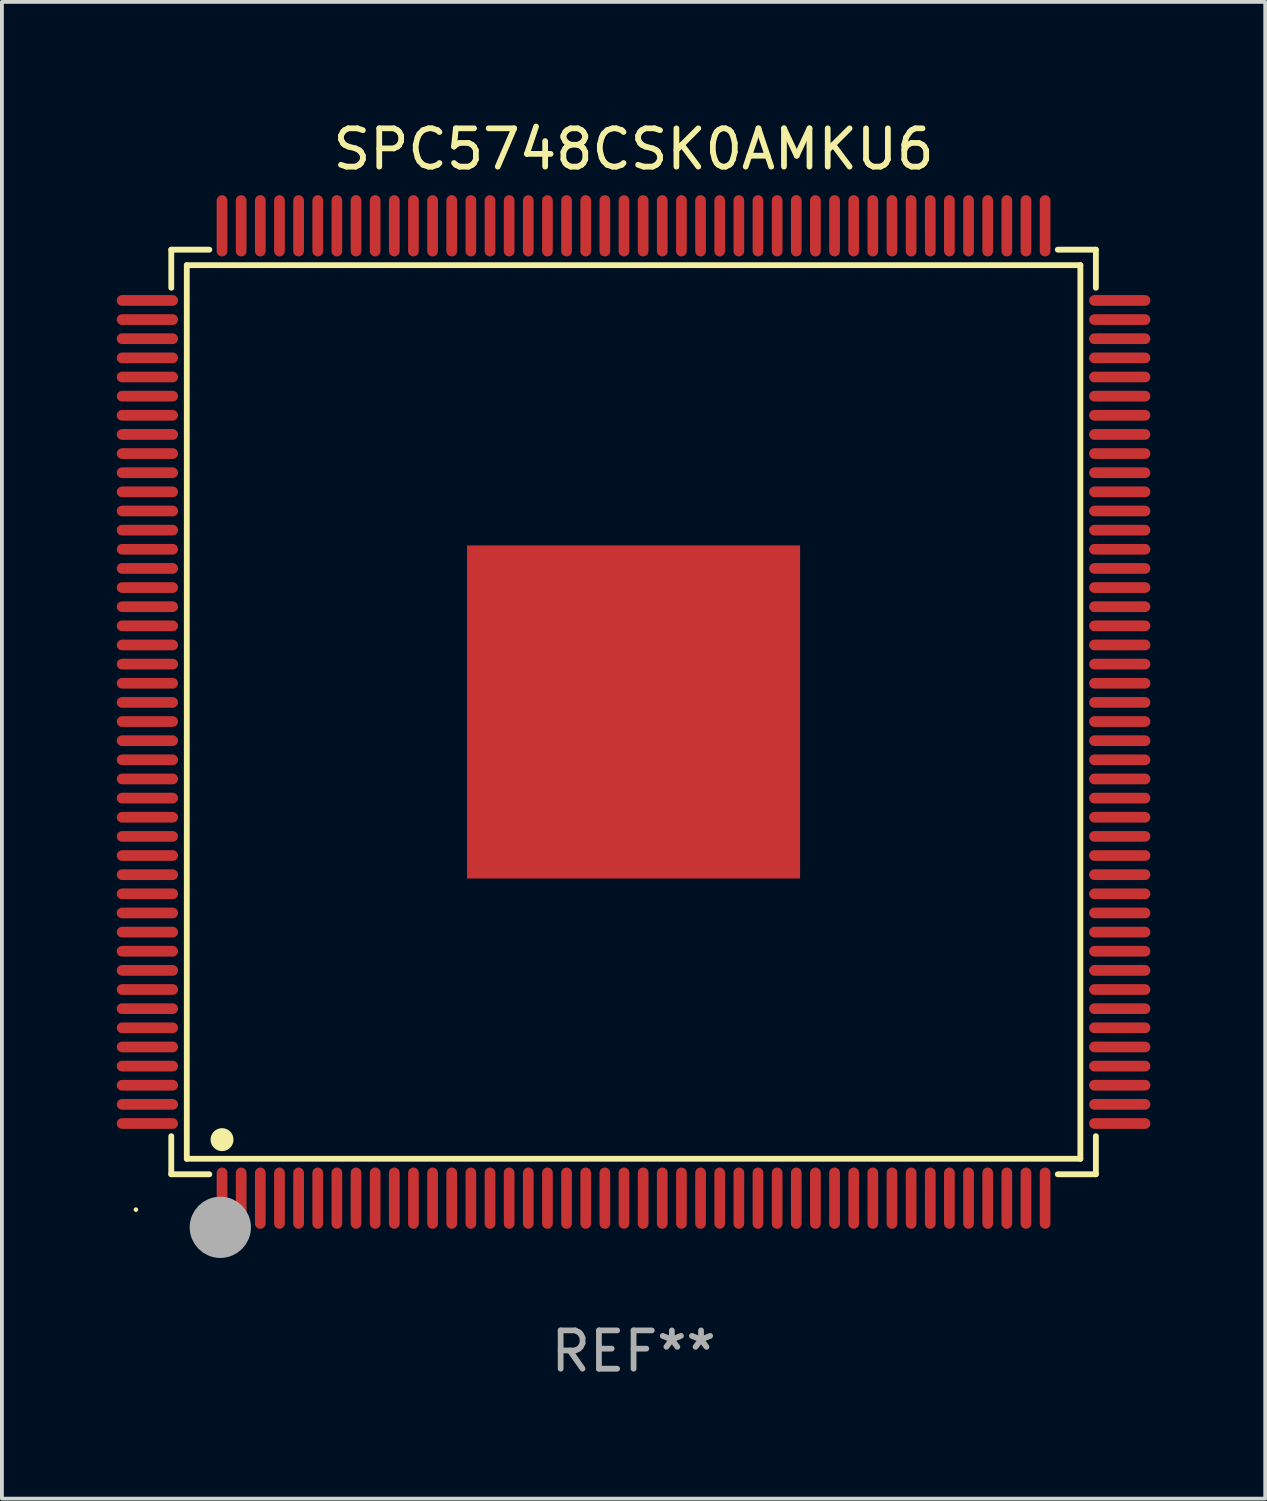
<source format=kicad_pcb>
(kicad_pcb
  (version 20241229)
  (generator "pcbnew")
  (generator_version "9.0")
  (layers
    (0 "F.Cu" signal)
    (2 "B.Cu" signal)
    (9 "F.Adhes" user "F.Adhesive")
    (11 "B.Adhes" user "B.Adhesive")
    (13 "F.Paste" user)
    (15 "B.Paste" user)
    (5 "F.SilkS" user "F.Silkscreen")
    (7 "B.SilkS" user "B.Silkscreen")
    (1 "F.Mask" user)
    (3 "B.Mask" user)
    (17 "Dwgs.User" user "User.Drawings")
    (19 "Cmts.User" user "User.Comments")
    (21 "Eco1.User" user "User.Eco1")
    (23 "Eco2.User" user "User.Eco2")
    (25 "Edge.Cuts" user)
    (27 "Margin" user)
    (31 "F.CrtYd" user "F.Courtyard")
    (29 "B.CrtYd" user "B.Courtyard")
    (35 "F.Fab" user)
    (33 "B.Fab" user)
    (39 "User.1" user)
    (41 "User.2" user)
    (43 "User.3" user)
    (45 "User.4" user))
  (footprint "SPC5748CSK0AMKU6"
    (layer "F.Cu")
    (at 13.5 15.548)
    (property "Reference" "SPC5748CSK0AMKU6" (at 0 -14.7 0) (layer "F.SilkS") (effects (font (size 1 1) (thickness 0.15))))
    (attr through_hole)
    (fp_line (start -12.076 -12.076) (end -11.081 -12.076) (stroke (width 0.152) (type solid)) (layer "F.SilkS"))
    (fp_line (start -12.076 -11.081) (end -12.076 -12.076) (stroke (width 0.152) (type solid)) (layer "F.SilkS"))
    (fp_line (start -12.076 11.081) (end -12.076 12.076) (stroke (width 0.152) (type solid)) (layer "F.SilkS"))
    (fp_line (start -12.076 12.076) (end -11.081 12.076) (stroke (width 0.152) (type solid)) (layer "F.SilkS"))
    (fp_line (start -11.671 -11.671) (end 11.671 -11.671) (stroke (width 0.152) (type solid)) (layer "F.SilkS"))
    (fp_line (start -11.671 11.671) (end -11.671 -11.671) (stroke (width 0.152) (type solid)) (layer "F.SilkS"))
    (fp_line (start 11.671 -11.671) (end 11.671 11.671) (stroke (width 0.152) (type solid)) (layer "F.SilkS"))
    (fp_line (start 11.671 11.671) (end -11.671 11.671) (stroke (width 0.152) (type solid)) (layer "F.SilkS"))
    (fp_line (start 12.076 -12.076) (end 11.081 -12.076) (stroke (width 0.152) (type solid)) (layer "F.SilkS"))
    (fp_line (start 12.076 -11.081) (end 12.076 -12.076) (stroke (width 0.152) (type solid)) (layer "F.SilkS"))
    (fp_line (start 12.076 11.081) (end 12.076 12.076) (stroke (width 0.152) (type solid)) (layer "F.SilkS"))
    (fp_line (start 12.076 12.076) (end 11.081 12.076) (stroke (width 0.152) (type solid)) (layer "F.SilkS"))
    (fp_circle (center -13 13) (end -12.97 13) (stroke (width 0.06) (type solid)) (fill no) (layer "F.SilkS"))
    (fp_circle (center -10.75 11.171) (end -10.6 11.171) (stroke (width 0.3) (type solid)) (fill no) (layer "F.SilkS"))
    (fp_circle (center -10.75 13.8) (end -10.65 13.8) (stroke (width 0.2) (type solid)) (fill no) (layer "F.SilkS"))
    (fp_circle (center -10.795 13.462) (end -10.395 13.462) (stroke (width 0.8) (type solid)) (fill no) (layer "F.Fab"))
    (fp_text user "REF**" (at 0 16.7 0) (layer "F.Fab") (effects (font (size 1 1) (thickness 0.15))))
    (pad "1" smd oval (at -10.75 12.7) (size 0.28 1.6) (layers "F.Cu" "F.Mask" "F.Paste"))
    (pad "2" smd oval (at -10.25 12.7) (size 0.28 1.6) (layers "F.Cu" "F.Mask" "F.Paste"))
    (pad "3" smd oval (at -9.75 12.7) (size 0.28 1.6) (layers "F.Cu" "F.Mask" "F.Paste"))
    (pad "4" smd oval (at -9.25 12.7) (size 0.28 1.6) (layers "F.Cu" "F.Mask" "F.Paste"))
    (pad "5" smd oval (at -8.75 12.7) (size 0.28 1.6) (layers "F.Cu" "F.Mask" "F.Paste"))
    (pad "6" smd oval (at -8.25 12.7) (size 0.28 1.6) (layers "F.Cu" "F.Mask" "F.Paste"))
    (pad "7" smd oval (at -7.75 12.7) (size 0.28 1.6) (layers "F.Cu" "F.Mask" "F.Paste"))
    (pad "8" smd oval (at -7.25 12.7) (size 0.28 1.6) (layers "F.Cu" "F.Mask" "F.Paste"))
    (pad "9" smd oval (at -6.75 12.7) (size 0.28 1.6) (layers "F.Cu" "F.Mask" "F.Paste"))
    (pad "10" smd oval (at -6.25 12.7) (size 0.28 1.6) (layers "F.Cu" "F.Mask" "F.Paste"))
    (pad "11" smd oval (at -5.75 12.7) (size 0.28 1.6) (layers "F.Cu" "F.Mask" "F.Paste"))
    (pad "12" smd oval (at -5.25 12.7) (size 0.28 1.6) (layers "F.Cu" "F.Mask" "F.Paste"))
    (pad "13" smd oval (at -4.75 12.7) (size 0.28 1.6) (layers "F.Cu" "F.Mask" "F.Paste"))
    (pad "14" smd oval (at -4.25 12.7) (size 0.28 1.6) (layers "F.Cu" "F.Mask" "F.Paste"))
    (pad "15" smd oval (at -3.75 12.7) (size 0.28 1.6) (layers "F.Cu" "F.Mask" "F.Paste"))
    (pad "16" smd oval (at -3.25 12.7) (size 0.28 1.6) (layers "F.Cu" "F.Mask" "F.Paste"))
    (pad "17" smd oval (at -2.75 12.7) (size 0.28 1.6) (layers "F.Cu" "F.Mask" "F.Paste"))
    (pad "18" smd oval (at -2.25 12.7) (size 0.28 1.6) (layers "F.Cu" "F.Mask" "F.Paste"))
    (pad "19" smd oval (at -1.75 12.7) (size 0.28 1.6) (layers "F.Cu" "F.Mask" "F.Paste"))
    (pad "20" smd oval (at -1.25 12.7) (size 0.28 1.6) (layers "F.Cu" "F.Mask" "F.Paste"))
    (pad "21" smd oval (at -0.75 12.7) (size 0.28 1.6) (layers "F.Cu" "F.Mask" "F.Paste"))
    (pad "22" smd oval (at -0.25 12.7) (size 0.28 1.6) (layers "F.Cu" "F.Mask" "F.Paste"))
    (pad "23" smd oval (at 0.25 12.7) (size 0.28 1.6) (layers "F.Cu" "F.Mask" "F.Paste"))
    (pad "24" smd oval (at 0.75 12.7) (size 0.28 1.6) (layers "F.Cu" "F.Mask" "F.Paste"))
    (pad "25" smd oval (at 1.25 12.7) (size 0.28 1.6) (layers "F.Cu" "F.Mask" "F.Paste"))
    (pad "26" smd oval (at 1.75 12.7) (size 0.28 1.6) (layers "F.Cu" "F.Mask" "F.Paste"))
    (pad "27" smd oval (at 2.25 12.7) (size 0.28 1.6) (layers "F.Cu" "F.Mask" "F.Paste"))
    (pad "28" smd oval (at 2.75 12.7) (size 0.28 1.6) (layers "F.Cu" "F.Mask" "F.Paste"))
    (pad "29" smd oval (at 3.25 12.7) (size 0.28 1.6) (layers "F.Cu" "F.Mask" "F.Paste"))
    (pad "30" smd oval (at 3.75 12.7) (size 0.28 1.6) (layers "F.Cu" "F.Mask" "F.Paste"))
    (pad "31" smd oval (at 4.25 12.7) (size 0.28 1.6) (layers "F.Cu" "F.Mask" "F.Paste"))
    (pad "32" smd oval (at 4.75 12.7) (size 0.28 1.6) (layers "F.Cu" "F.Mask" "F.Paste"))
    (pad "33" smd oval (at 5.25 12.7) (size 0.28 1.6) (layers "F.Cu" "F.Mask" "F.Paste"))
    (pad "34" smd oval (at 5.75 12.7) (size 0.28 1.6) (layers "F.Cu" "F.Mask" "F.Paste"))
    (pad "35" smd oval (at 6.25 12.7) (size 0.28 1.6) (layers "F.Cu" "F.Mask" "F.Paste"))
    (pad "36" smd oval (at 6.75 12.7) (size 0.28 1.6) (layers "F.Cu" "F.Mask" "F.Paste"))
    (pad "37" smd oval (at 7.25 12.7) (size 0.28 1.6) (layers "F.Cu" "F.Mask" "F.Paste"))
    (pad "38" smd oval (at 7.75 12.7) (size 0.28 1.6) (layers "F.Cu" "F.Mask" "F.Paste"))
    (pad "39" smd oval (at 8.25 12.7) (size 0.28 1.6) (layers "F.Cu" "F.Mask" "F.Paste"))
    (pad "40" smd oval (at 8.75 12.7) (size 0.28 1.6) (layers "F.Cu" "F.Mask" "F.Paste"))
    (pad "41" smd oval (at 9.25 12.7) (size 0.28 1.6) (layers "F.Cu" "F.Mask" "F.Paste"))
    (pad "42" smd oval (at 9.75 12.7) (size 0.28 1.6) (layers "F.Cu" "F.Mask" "F.Paste"))
    (pad "43" smd oval (at 10.25 12.7) (size 0.28 1.6) (layers "F.Cu" "F.Mask" "F.Paste"))
    (pad "44" smd oval (at 10.75 12.7) (size 0.28 1.6) (layers "F.Cu" "F.Mask" "F.Paste"))
    (pad "45" smd oval (at 12.7 10.75) (size 1.6 0.28) (layers "F.Cu" "F.Mask" "F.Paste"))
    (pad "46" smd oval (at 12.7 10.25) (size 1.6 0.28) (layers "F.Cu" "F.Mask" "F.Paste"))
    (pad "47" smd oval (at 12.7 9.75) (size 1.6 0.28) (layers "F.Cu" "F.Mask" "F.Paste"))
    (pad "48" smd oval (at 12.7 9.25) (size 1.6 0.28) (layers "F.Cu" "F.Mask" "F.Paste"))
    (pad "49" smd oval (at 12.7 8.75) (size 1.6 0.28) (layers "F.Cu" "F.Mask" "F.Paste"))
    (pad "50" smd oval (at 12.7 8.25) (size 1.6 0.28) (layers "F.Cu" "F.Mask" "F.Paste"))
    (pad "51" smd oval (at 12.7 7.75) (size 1.6 0.28) (layers "F.Cu" "F.Mask" "F.Paste"))
    (pad "52" smd oval (at 12.7 7.25) (size 1.6 0.28) (layers "F.Cu" "F.Mask" "F.Paste"))
    (pad "53" smd oval (at 12.7 6.75) (size 1.6 0.28) (layers "F.Cu" "F.Mask" "F.Paste"))
    (pad "54" smd oval (at 12.7 6.25) (size 1.6 0.28) (layers "F.Cu" "F.Mask" "F.Paste"))
    (pad "55" smd oval (at 12.7 5.75) (size 1.6 0.28) (layers "F.Cu" "F.Mask" "F.Paste"))
    (pad "56" smd oval (at 12.7 5.25) (size 1.6 0.28) (layers "F.Cu" "F.Mask" "F.Paste"))
    (pad "57" smd oval (at 12.7 4.75) (size 1.6 0.28) (layers "F.Cu" "F.Mask" "F.Paste"))
    (pad "58" smd oval (at 12.7 4.25) (size 1.6 0.28) (layers "F.Cu" "F.Mask" "F.Paste"))
    (pad "59" smd oval (at 12.7 3.75) (size 1.6 0.28) (layers "F.Cu" "F.Mask" "F.Paste"))
    (pad "60" smd oval (at 12.7 3.25) (size 1.6 0.28) (layers "F.Cu" "F.Mask" "F.Paste"))
    (pad "61" smd oval (at 12.7 2.75) (size 1.6 0.28) (layers "F.Cu" "F.Mask" "F.Paste"))
    (pad "62" smd oval (at 12.7 2.25) (size 1.6 0.28) (layers "F.Cu" "F.Mask" "F.Paste"))
    (pad "63" smd oval (at 12.7 1.75) (size 1.6 0.28) (layers "F.Cu" "F.Mask" "F.Paste"))
    (pad "64" smd oval (at 12.7 1.25) (size 1.6 0.28) (layers "F.Cu" "F.Mask" "F.Paste"))
    (pad "65" smd oval (at 12.7 0.75) (size 1.6 0.28) (layers "F.Cu" "F.Mask" "F.Paste"))
    (pad "66" smd oval (at 12.7 0.25) (size 1.6 0.28) (layers "F.Cu" "F.Mask" "F.Paste"))
    (pad "67" smd oval (at 12.7 -0.25) (size 1.6 0.28) (layers "F.Cu" "F.Mask" "F.Paste"))
    (pad "68" smd oval (at 12.7 -0.75) (size 1.6 0.28) (layers "F.Cu" "F.Mask" "F.Paste"))
    (pad "69" smd oval (at 12.7 -1.25) (size 1.6 0.28) (layers "F.Cu" "F.Mask" "F.Paste"))
    (pad "70" smd oval (at 12.7 -1.75) (size 1.6 0.28) (layers "F.Cu" "F.Mask" "F.Paste"))
    (pad "71" smd oval (at 12.7 -2.25) (size 1.6 0.28) (layers "F.Cu" "F.Mask" "F.Paste"))
    (pad "72" smd oval (at 12.7 -2.75) (size 1.6 0.28) (layers "F.Cu" "F.Mask" "F.Paste"))
    (pad "73" smd oval (at 12.7 -3.25) (size 1.6 0.28) (layers "F.Cu" "F.Mask" "F.Paste"))
    (pad "74" smd oval (at 12.7 -3.75) (size 1.6 0.28) (layers "F.Cu" "F.Mask" "F.Paste"))
    (pad "75" smd oval (at 12.7 -4.25) (size 1.6 0.28) (layers "F.Cu" "F.Mask" "F.Paste"))
    (pad "76" smd oval (at 12.7 -4.75) (size 1.6 0.28) (layers "F.Cu" "F.Mask" "F.Paste"))
    (pad "77" smd oval (at 12.7 -5.25) (size 1.6 0.28) (layers "F.Cu" "F.Mask" "F.Paste"))
    (pad "78" smd oval (at 12.7 -5.75) (size 1.6 0.28) (layers "F.Cu" "F.Mask" "F.Paste"))
    (pad "79" smd oval (at 12.7 -6.25) (size 1.6 0.28) (layers "F.Cu" "F.Mask" "F.Paste"))
    (pad "80" smd oval (at 12.7 -6.75) (size 1.6 0.28) (layers "F.Cu" "F.Mask" "F.Paste"))
    (pad "81" smd oval (at 12.7 -7.25) (size 1.6 0.28) (layers "F.Cu" "F.Mask" "F.Paste"))
    (pad "82" smd oval (at 12.7 -7.75) (size 1.6 0.28) (layers "F.Cu" "F.Mask" "F.Paste"))
    (pad "83" smd oval (at 12.7 -8.25) (size 1.6 0.28) (layers "F.Cu" "F.Mask" "F.Paste"))
    (pad "84" smd oval (at 12.7 -8.75) (size 1.6 0.28) (layers "F.Cu" "F.Mask" "F.Paste"))
    (pad "85" smd oval (at 12.7 -9.25) (size 1.6 0.28) (layers "F.Cu" "F.Mask" "F.Paste"))
    (pad "86" smd oval (at 12.7 -9.75) (size 1.6 0.28) (layers "F.Cu" "F.Mask" "F.Paste"))
    (pad "87" smd oval (at 12.7 -10.25) (size 1.6 0.28) (layers "F.Cu" "F.Mask" "F.Paste"))
    (pad "88" smd oval (at 12.7 -10.75) (size 1.6 0.28) (layers "F.Cu" "F.Mask" "F.Paste"))
    (pad "89" smd oval (at 10.75 -12.7) (size 0.28 1.6) (layers "F.Cu" "F.Mask" "F.Paste"))
    (pad "90" smd oval (at 10.25 -12.7) (size 0.28 1.6) (layers "F.Cu" "F.Mask" "F.Paste"))
    (pad "91" smd oval (at 9.75 -12.7) (size 0.28 1.6) (layers "F.Cu" "F.Mask" "F.Paste"))
    (pad "92" smd oval (at 9.25 -12.7) (size 0.28 1.6) (layers "F.Cu" "F.Mask" "F.Paste"))
    (pad "93" smd oval (at 8.75 -12.7) (size 0.28 1.6) (layers "F.Cu" "F.Mask" "F.Paste"))
    (pad "94" smd oval (at 8.25 -12.7) (size 0.28 1.6) (layers "F.Cu" "F.Mask" "F.Paste"))
    (pad "95" smd oval (at 7.75 -12.7) (size 0.28 1.6) (layers "F.Cu" "F.Mask" "F.Paste"))
    (pad "96" smd oval (at 7.25 -12.7) (size 0.28 1.6) (layers "F.Cu" "F.Mask" "F.Paste"))
    (pad "97" smd oval (at 6.75 -12.7) (size 0.28 1.6) (layers "F.Cu" "F.Mask" "F.Paste"))
    (pad "98" smd oval (at 6.25 -12.7) (size 0.28 1.6) (layers "F.Cu" "F.Mask" "F.Paste"))
    (pad "99" smd oval (at 5.75 -12.7) (size 0.28 1.6) (layers "F.Cu" "F.Mask" "F.Paste"))
    (pad "100" smd oval (at 5.25 -12.7) (size 0.28 1.6) (layers "F.Cu" "F.Mask" "F.Paste"))
    (pad "101" smd oval (at 4.75 -12.7) (size 0.28 1.6) (layers "F.Cu" "F.Mask" "F.Paste"))
    (pad "102" smd oval (at 4.25 -12.7) (size 0.28 1.6) (layers "F.Cu" "F.Mask" "F.Paste"))
    (pad "103" smd oval (at 3.75 -12.7) (size 0.28 1.6) (layers "F.Cu" "F.Mask" "F.Paste"))
    (pad "104" smd oval (at 3.25 -12.7) (size 0.28 1.6) (layers "F.Cu" "F.Mask" "F.Paste"))
    (pad "105" smd oval (at 2.75 -12.7) (size 0.28 1.6) (layers "F.Cu" "F.Mask" "F.Paste"))
    (pad "106" smd oval (at 2.25 -12.7) (size 0.28 1.6) (layers "F.Cu" "F.Mask" "F.Paste"))
    (pad "107" smd oval (at 1.75 -12.7) (size 0.28 1.6) (layers "F.Cu" "F.Mask" "F.Paste"))
    (pad "108" smd oval (at 1.25 -12.7) (size 0.28 1.6) (layers "F.Cu" "F.Mask" "F.Paste"))
    (pad "109" smd oval (at 0.75 -12.7) (size 0.28 1.6) (layers "F.Cu" "F.Mask" "F.Paste"))
    (pad "110" smd oval (at 0.25 -12.7) (size 0.28 1.6) (layers "F.Cu" "F.Mask" "F.Paste"))
    (pad "111" smd oval (at -0.25 -12.7) (size 0.28 1.6) (layers "F.Cu" "F.Mask" "F.Paste"))
    (pad "112" smd oval (at -0.75 -12.7) (size 0.28 1.6) (layers "F.Cu" "F.Mask" "F.Paste"))
    (pad "113" smd oval (at -1.25 -12.7) (size 0.28 1.6) (layers "F.Cu" "F.Mask" "F.Paste"))
    (pad "114" smd oval (at -1.75 -12.7) (size 0.28 1.6) (layers "F.Cu" "F.Mask" "F.Paste"))
    (pad "115" smd oval (at -2.25 -12.7) (size 0.28 1.6) (layers "F.Cu" "F.Mask" "F.Paste"))
    (pad "116" smd oval (at -2.75 -12.7) (size 0.28 1.6) (layers "F.Cu" "F.Mask" "F.Paste"))
    (pad "117" smd oval (at -3.25 -12.7) (size 0.28 1.6) (layers "F.Cu" "F.Mask" "F.Paste"))
    (pad "118" smd oval (at -3.75 -12.7) (size 0.28 1.6) (layers "F.Cu" "F.Mask" "F.Paste"))
    (pad "119" smd oval (at -4.25 -12.7) (size 0.28 1.6) (layers "F.Cu" "F.Mask" "F.Paste"))
    (pad "120" smd oval (at -4.75 -12.7) (size 0.28 1.6) (layers "F.Cu" "F.Mask" "F.Paste"))
    (pad "121" smd oval (at -5.25 -12.7) (size 0.28 1.6) (layers "F.Cu" "F.Mask" "F.Paste"))
    (pad "122" smd oval (at -5.75 -12.7) (size 0.28 1.6) (layers "F.Cu" "F.Mask" "F.Paste"))
    (pad "123" smd oval (at -6.25 -12.7) (size 0.28 1.6) (layers "F.Cu" "F.Mask" "F.Paste"))
    (pad "124" smd oval (at -6.75 -12.7) (size 0.28 1.6) (layers "F.Cu" "F.Mask" "F.Paste"))
    (pad "125" smd oval (at -7.25 -12.7) (size 0.28 1.6) (layers "F.Cu" "F.Mask" "F.Paste"))
    (pad "126" smd oval (at -7.75 -12.7) (size 0.28 1.6) (layers "F.Cu" "F.Mask" "F.Paste"))
    (pad "127" smd oval (at -8.25 -12.7) (size 0.28 1.6) (layers "F.Cu" "F.Mask" "F.Paste"))
    (pad "128" smd oval (at -8.75 -12.7) (size 0.28 1.6) (layers "F.Cu" "F.Mask" "F.Paste"))
    (pad "129" smd oval (at -9.25 -12.7) (size 0.28 1.6) (layers "F.Cu" "F.Mask" "F.Paste"))
    (pad "130" smd oval (at -9.75 -12.7) (size 0.28 1.6) (layers "F.Cu" "F.Mask" "F.Paste"))
    (pad "131" smd oval (at -10.25 -12.7) (size 0.28 1.6) (layers "F.Cu" "F.Mask" "F.Paste"))
    (pad "132" smd oval (at -10.75 -12.7) (size 0.28 1.6) (layers "F.Cu" "F.Mask" "F.Paste"))
    (pad "133" smd oval (at -12.7 -10.75) (size 1.6 0.28) (layers "F.Cu" "F.Mask" "F.Paste"))
    (pad "134" smd oval (at -12.7 -10.25) (size 1.6 0.28) (layers "F.Cu" "F.Mask" "F.Paste"))
    (pad "135" smd oval (at -12.7 -9.75) (size 1.6 0.28) (layers "F.Cu" "F.Mask" "F.Paste"))
    (pad "136" smd oval (at -12.7 -9.25) (size 1.6 0.28) (layers "F.Cu" "F.Mask" "F.Paste"))
    (pad "137" smd oval (at -12.7 -8.75) (size 1.6 0.28) (layers "F.Cu" "F.Mask" "F.Paste"))
    (pad "138" smd oval (at -12.7 -8.25) (size 1.6 0.28) (layers "F.Cu" "F.Mask" "F.Paste"))
    (pad "139" smd oval (at -12.7 -7.75) (size 1.6 0.28) (layers "F.Cu" "F.Mask" "F.Paste"))
    (pad "140" smd oval (at -12.7 -7.25) (size 1.6 0.28) (layers "F.Cu" "F.Mask" "F.Paste"))
    (pad "141" smd oval (at -12.7 -6.75) (size 1.6 0.28) (layers "F.Cu" "F.Mask" "F.Paste"))
    (pad "142" smd oval (at -12.7 -6.25) (size 1.6 0.28) (layers "F.Cu" "F.Mask" "F.Paste"))
    (pad "143" smd oval (at -12.7 -5.75) (size 1.6 0.28) (layers "F.Cu" "F.Mask" "F.Paste"))
    (pad "144" smd oval (at -12.7 -5.25) (size 1.6 0.28) (layers "F.Cu" "F.Mask" "F.Paste"))
    (pad "145" smd oval (at -12.7 -4.75) (size 1.6 0.28) (layers "F.Cu" "F.Mask" "F.Paste"))
    (pad "146" smd oval (at -12.7 -4.25) (size 1.6 0.28) (layers "F.Cu" "F.Mask" "F.Paste"))
    (pad "147" smd oval (at -12.7 -3.75) (size 1.6 0.28) (layers "F.Cu" "F.Mask" "F.Paste"))
    (pad "148" smd oval (at -12.7 -3.25) (size 1.6 0.28) (layers "F.Cu" "F.Mask" "F.Paste"))
    (pad "149" smd oval (at -12.7 -2.75) (size 1.6 0.28) (layers "F.Cu" "F.Mask" "F.Paste"))
    (pad "150" smd oval (at -12.7 -2.25) (size 1.6 0.28) (layers "F.Cu" "F.Mask" "F.Paste"))
    (pad "151" smd oval (at -12.7 -1.75) (size 1.6 0.28) (layers "F.Cu" "F.Mask" "F.Paste"))
    (pad "152" smd oval (at -12.7 -1.25) (size 1.6 0.28) (layers "F.Cu" "F.Mask" "F.Paste"))
    (pad "153" smd oval (at -12.7 -0.75) (size 1.6 0.28) (layers "F.Cu" "F.Mask" "F.Paste"))
    (pad "154" smd oval (at -12.7 -0.25) (size 1.6 0.28) (layers "F.Cu" "F.Mask" "F.Paste"))
    (pad "155" smd oval (at -12.7 0.25) (size 1.6 0.28) (layers "F.Cu" "F.Mask" "F.Paste"))
    (pad "156" smd oval (at -12.7 0.75) (size 1.6 0.28) (layers "F.Cu" "F.Mask" "F.Paste"))
    (pad "157" smd oval (at -12.7 1.25) (size 1.6 0.28) (layers "F.Cu" "F.Mask" "F.Paste"))
    (pad "158" smd oval (at -12.7 1.75) (size 1.6 0.28) (layers "F.Cu" "F.Mask" "F.Paste"))
    (pad "159" smd oval (at -12.7 2.25) (size 1.6 0.28) (layers "F.Cu" "F.Mask" "F.Paste"))
    (pad "160" smd oval (at -12.7 2.75) (size 1.6 0.28) (layers "F.Cu" "F.Mask" "F.Paste"))
    (pad "161" smd oval (at -12.7 3.25) (size 1.6 0.28) (layers "F.Cu" "F.Mask" "F.Paste"))
    (pad "162" smd oval (at -12.7 3.75) (size 1.6 0.28) (layers "F.Cu" "F.Mask" "F.Paste"))
    (pad "163" smd oval (at -12.7 4.25) (size 1.6 0.28) (layers "F.Cu" "F.Mask" "F.Paste"))
    (pad "164" smd oval (at -12.7 4.75) (size 1.6 0.28) (layers "F.Cu" "F.Mask" "F.Paste"))
    (pad "165" smd oval (at -12.7 5.25) (size 1.6 0.28) (layers "F.Cu" "F.Mask" "F.Paste"))
    (pad "166" smd oval (at -12.7 5.75) (size 1.6 0.28) (layers "F.Cu" "F.Mask" "F.Paste"))
    (pad "167" smd oval (at -12.7 6.25) (size 1.6 0.28) (layers "F.Cu" "F.Mask" "F.Paste"))
    (pad "168" smd oval (at -12.7 6.75) (size 1.6 0.28) (layers "F.Cu" "F.Mask" "F.Paste"))
    (pad "169" smd oval (at -12.7 7.25) (size 1.6 0.28) (layers "F.Cu" "F.Mask" "F.Paste"))
    (pad "170" smd oval (at -12.7 7.75) (size 1.6 0.28) (layers "F.Cu" "F.Mask" "F.Paste"))
    (pad "171" smd oval (at -12.7 8.25) (size 1.6 0.28) (layers "F.Cu" "F.Mask" "F.Paste"))
    (pad "172" smd oval (at -12.7 8.75) (size 1.6 0.28) (layers "F.Cu" "F.Mask" "F.Paste"))
    (pad "173" smd oval (at -12.7 9.25) (size 1.6 0.28) (layers "F.Cu" "F.Mask" "F.Paste"))
    (pad "174" smd oval (at -12.7 9.75) (size 1.6 0.28) (layers "F.Cu" "F.Mask" "F.Paste"))
    (pad "175" smd oval (at -12.7 10.25) (size 1.6 0.28) (layers "F.Cu" "F.Mask" "F.Paste"))
    (pad "176" smd oval (at -12.7 10.75) (size 1.6 0.28) (layers "F.Cu" "F.Mask" "F.Paste"))
    (pad "177" smd rect (at 0 0) (size 8.7 8.7) (layers "F.Cu" "F.Mask" "F.Paste")))
  (gr_rect
    (start -3 -3)
    (end 30 36.097)
    (stroke (width 0.1) (type default))
    (fill no)
    (layer "Edge.Cuts")))
</source>
